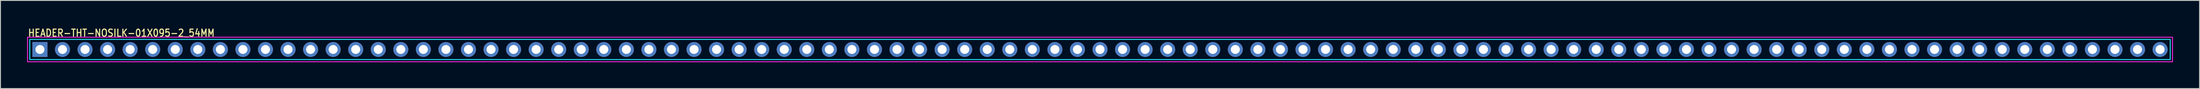
<source format=kicad_pcb>
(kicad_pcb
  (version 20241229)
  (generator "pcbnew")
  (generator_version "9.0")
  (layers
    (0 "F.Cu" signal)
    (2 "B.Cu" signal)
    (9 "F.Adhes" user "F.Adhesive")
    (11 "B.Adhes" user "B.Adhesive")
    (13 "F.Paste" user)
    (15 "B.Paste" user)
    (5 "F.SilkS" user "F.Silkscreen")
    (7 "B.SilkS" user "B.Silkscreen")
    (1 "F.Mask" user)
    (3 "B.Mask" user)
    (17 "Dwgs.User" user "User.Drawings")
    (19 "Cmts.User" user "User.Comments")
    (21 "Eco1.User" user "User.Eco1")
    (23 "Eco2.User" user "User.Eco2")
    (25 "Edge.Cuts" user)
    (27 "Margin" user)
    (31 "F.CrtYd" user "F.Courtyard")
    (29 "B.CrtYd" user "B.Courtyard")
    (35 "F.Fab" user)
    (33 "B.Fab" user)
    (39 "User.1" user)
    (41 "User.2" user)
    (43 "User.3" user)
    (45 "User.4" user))
  (footprint "HEADER-THT-NOSILK-01X095-2_54MM"
    (layer "F.Cu")
    (at 1.447 2.579)
    (property "Reference" "HEADER-THT-NOSILK-01X095-2_54MM" (at -1.4 -1.4 0) (unlocked yes) (layer "F.SilkS") (effects (font (size 0.813 0.695) (thickness 0.122)) (justify left bottom)))
    (fp_poly (pts (xy -1.143 -1.143) (xy 239.903 -1.143) (xy 239.903 1.143) (xy -1.143 1.143)) (stroke (width 0.1) (type solid)) (fill no) (layer "B.CrtYd"))
    (fp_poly (pts (xy -1.397 -1.397) (xy 240.157 -1.397) (xy 240.157 1.397) (xy -1.397 1.397)) (stroke (width 0.1) (type solid)) (fill no) (layer "F.CrtYd"))
    (pad "1" thru_hole rect (at 0 0) (size 1.693 1.693) (drill 1.016) (layers "*.Cu" "*.Mask"))
    (pad "2" thru_hole oval (at 2.54 0) (size 1.693 1.693) (drill 1.016) (layers "*.Cu" "*.Mask"))
    (pad "3" thru_hole oval (at 5.08 0) (size 1.693 1.693) (drill 1.016) (layers "*.Cu" "*.Mask"))
    (pad "4" thru_hole oval (at 7.62 0) (size 1.693 1.693) (drill 1.016) (layers "*.Cu" "*.Mask"))
    (pad "5" thru_hole oval (at 10.16 0) (size 1.693 1.693) (drill 1.016) (layers "*.Cu" "*.Mask"))
    (pad "6" thru_hole oval (at 12.7 0) (size 1.693 1.693) (drill 1.016) (layers "*.Cu" "*.Mask"))
    (pad "7" thru_hole oval (at 15.24 0) (size 1.693 1.693) (drill 1.016) (layers "*.Cu" "*.Mask"))
    (pad "8" thru_hole oval (at 17.78 0) (size 1.693 1.693) (drill 1.016) (layers "*.Cu" "*.Mask"))
    (pad "9" thru_hole oval (at 20.32 0) (size 1.693 1.693) (drill 1.016) (layers "*.Cu" "*.Mask"))
    (pad "10" thru_hole oval (at 22.86 0) (size 1.693 1.693) (drill 1.016) (layers "*.Cu" "*.Mask"))
    (pad "11" thru_hole oval (at 25.4 0) (size 1.693 1.693) (drill 1.016) (layers "*.Cu" "*.Mask"))
    (pad "12" thru_hole oval (at 27.94 0) (size 1.693 1.693) (drill 1.016) (layers "*.Cu" "*.Mask"))
    (pad "13" thru_hole oval (at 30.48 0) (size 1.693 1.693) (drill 1.016) (layers "*.Cu" "*.Mask"))
    (pad "14" thru_hole oval (at 33.02 0) (size 1.693 1.693) (drill 1.016) (layers "*.Cu" "*.Mask"))
    (pad "15" thru_hole oval (at 35.56 0) (size 1.693 1.693) (drill 1.016) (layers "*.Cu" "*.Mask"))
    (pad "16" thru_hole oval (at 38.1 0) (size 1.693 1.693) (drill 1.016) (layers "*.Cu" "*.Mask"))
    (pad "17" thru_hole oval (at 40.64 0) (size 1.693 1.693) (drill 1.016) (layers "*.Cu" "*.Mask"))
    (pad "18" thru_hole oval (at 43.18 0) (size 1.693 1.693) (drill 1.016) (layers "*.Cu" "*.Mask"))
    (pad "19" thru_hole oval (at 45.72 0) (size 1.693 1.693) (drill 1.016) (layers "*.Cu" "*.Mask"))
    (pad "20" thru_hole oval (at 48.26 0) (size 1.693 1.693) (drill 1.016) (layers "*.Cu" "*.Mask"))
    (pad "21" thru_hole oval (at 50.8 0) (size 1.693 1.693) (drill 1.016) (layers "*.Cu" "*.Mask"))
    (pad "22" thru_hole oval (at 53.34 0) (size 1.693 1.693) (drill 1.016) (layers "*.Cu" "*.Mask"))
    (pad "23" thru_hole oval (at 55.88 0) (size 1.693 1.693) (drill 1.016) (layers "*.Cu" "*.Mask"))
    (pad "24" thru_hole oval (at 58.42 0) (size 1.693 1.693) (drill 1.016) (layers "*.Cu" "*.Mask"))
    (pad "25" thru_hole oval (at 60.96 0) (size 1.693 1.693) (drill 1.016) (layers "*.Cu" "*.Mask"))
    (pad "26" thru_hole oval (at 63.5 0) (size 1.693 1.693) (drill 1.016) (layers "*.Cu" "*.Mask"))
    (pad "27" thru_hole oval (at 66.04 0) (size 1.693 1.693) (drill 1.016) (layers "*.Cu" "*.Mask"))
    (pad "28" thru_hole oval (at 68.58 0) (size 1.693 1.693) (drill 1.016) (layers "*.Cu" "*.Mask"))
    (pad "29" thru_hole oval (at 71.12 0) (size 1.693 1.693) (drill 1.016) (layers "*.Cu" "*.Mask"))
    (pad "30" thru_hole oval (at 73.66 0) (size 1.693 1.693) (drill 1.016) (layers "*.Cu" "*.Mask"))
    (pad "31" thru_hole oval (at 76.2 0) (size 1.693 1.693) (drill 1.016) (layers "*.Cu" "*.Mask"))
    (pad "32" thru_hole oval (at 78.74 0) (size 1.693 1.693) (drill 1.016) (layers "*.Cu" "*.Mask"))
    (pad "33" thru_hole oval (at 81.28 0) (size 1.693 1.693) (drill 1.016) (layers "*.Cu" "*.Mask"))
    (pad "34" thru_hole oval (at 83.82 0) (size 1.693 1.693) (drill 1.016) (layers "*.Cu" "*.Mask"))
    (pad "35" thru_hole oval (at 86.36 0) (size 1.693 1.693) (drill 1.016) (layers "*.Cu" "*.Mask"))
    (pad "36" thru_hole oval (at 88.9 0) (size 1.693 1.693) (drill 1.016) (layers "*.Cu" "*.Mask"))
    (pad "37" thru_hole oval (at 91.44 0) (size 1.693 1.693) (drill 1.016) (layers "*.Cu" "*.Mask"))
    (pad "38" thru_hole oval (at 93.98 0) (size 1.693 1.693) (drill 1.016) (layers "*.Cu" "*.Mask"))
    (pad "39" thru_hole oval (at 96.52 0) (size 1.693 1.693) (drill 1.016) (layers "*.Cu" "*.Mask"))
    (pad "40" thru_hole oval (at 99.06 0) (size 1.693 1.693) (drill 1.016) (layers "*.Cu" "*.Mask"))
    (pad "41" thru_hole oval (at 101.6 0) (size 1.693 1.693) (drill 1.016) (layers "*.Cu" "*.Mask"))
    (pad "42" thru_hole oval (at 104.14 0) (size 1.693 1.693) (drill 1.016) (layers "*.Cu" "*.Mask"))
    (pad "43" thru_hole oval (at 106.68 0) (size 1.693 1.693) (drill 1.016) (layers "*.Cu" "*.Mask"))
    (pad "44" thru_hole oval (at 109.22 0) (size 1.693 1.693) (drill 1.016) (layers "*.Cu" "*.Mask"))
    (pad "45" thru_hole oval (at 111.76 0) (size 1.693 1.693) (drill 1.016) (layers "*.Cu" "*.Mask"))
    (pad "46" thru_hole oval (at 114.3 0) (size 1.693 1.693) (drill 1.016) (layers "*.Cu" "*.Mask"))
    (pad "47" thru_hole oval (at 116.84 0) (size 1.693 1.693) (drill 1.016) (layers "*.Cu" "*.Mask"))
    (pad "48" thru_hole oval (at 119.38 0) (size 1.693 1.693) (drill 1.016) (layers "*.Cu" "*.Mask"))
    (pad "49" thru_hole oval (at 121.92 0) (size 1.693 1.693) (drill 1.016) (layers "*.Cu" "*.Mask"))
    (pad "50" thru_hole oval (at 124.46 0) (size 1.693 1.693) (drill 1.016) (layers "*.Cu" "*.Mask"))
    (pad "51" thru_hole oval (at 127 0) (size 1.693 1.693) (drill 1.016) (layers "*.Cu" "*.Mask"))
    (pad "52" thru_hole oval (at 129.54 0) (size 1.693 1.693) (drill 1.016) (layers "*.Cu" "*.Mask"))
    (pad "53" thru_hole oval (at 132.08 0) (size 1.693 1.693) (drill 1.016) (layers "*.Cu" "*.Mask"))
    (pad "54" thru_hole oval (at 134.62 0) (size 1.693 1.693) (drill 1.016) (layers "*.Cu" "*.Mask"))
    (pad "55" thru_hole oval (at 137.16 0) (size 1.693 1.693) (drill 1.016) (layers "*.Cu" "*.Mask"))
    (pad "56" thru_hole oval (at 139.7 0) (size 1.693 1.693) (drill 1.016) (layers "*.Cu" "*.Mask"))
    (pad "57" thru_hole oval (at 142.24 0) (size 1.693 1.693) (drill 1.016) (layers "*.Cu" "*.Mask"))
    (pad "58" thru_hole oval (at 144.78 0) (size 1.693 1.693) (drill 1.016) (layers "*.Cu" "*.Mask"))
    (pad "59" thru_hole oval (at 147.32 0) (size 1.693 1.693) (drill 1.016) (layers "*.Cu" "*.Mask"))
    (pad "60" thru_hole oval (at 149.86 0) (size 1.693 1.693) (drill 1.016) (layers "*.Cu" "*.Mask"))
    (pad "61" thru_hole oval (at 152.4 0) (size 1.693 1.693) (drill 1.016) (layers "*.Cu" "*.Mask"))
    (pad "62" thru_hole oval (at 154.94 0) (size 1.693 1.693) (drill 1.016) (layers "*.Cu" "*.Mask"))
    (pad "63" thru_hole oval (at 157.48 0) (size 1.693 1.693) (drill 1.016) (layers "*.Cu" "*.Mask"))
    (pad "64" thru_hole oval (at 160.02 0) (size 1.693 1.693) (drill 1.016) (layers "*.Cu" "*.Mask"))
    (pad "65" thru_hole oval (at 162.56 0) (size 1.693 1.693) (drill 1.016) (layers "*.Cu" "*.Mask"))
    (pad "66" thru_hole oval (at 165.1 0) (size 1.693 1.693) (drill 1.016) (layers "*.Cu" "*.Mask"))
    (pad "67" thru_hole oval (at 167.64 0) (size 1.693 1.693) (drill 1.016) (layers "*.Cu" "*.Mask"))
    (pad "68" thru_hole oval (at 170.18 0) (size 1.693 1.693) (drill 1.016) (layers "*.Cu" "*.Mask"))
    (pad "69" thru_hole oval (at 172.72 0) (size 1.693 1.693) (drill 1.016) (layers "*.Cu" "*.Mask"))
    (pad "70" thru_hole oval (at 175.26 0) (size 1.693 1.693) (drill 1.016) (layers "*.Cu" "*.Mask"))
    (pad "71" thru_hole oval (at 177.8 0) (size 1.693 1.693) (drill 1.016) (layers "*.Cu" "*.Mask"))
    (pad "72" thru_hole oval (at 180.34 0) (size 1.693 1.693) (drill 1.016) (layers "*.Cu" "*.Mask"))
    (pad "73" thru_hole oval (at 182.88 0) (size 1.693 1.693) (drill 1.016) (layers "*.Cu" "*.Mask"))
    (pad "74" thru_hole oval (at 185.42 0) (size 1.693 1.693) (drill 1.016) (layers "*.Cu" "*.Mask"))
    (pad "75" thru_hole oval (at 187.96 0) (size 1.693 1.693) (drill 1.016) (layers "*.Cu" "*.Mask"))
    (pad "76" thru_hole oval (at 190.5 0) (size 1.693 1.693) (drill 1.016) (layers "*.Cu" "*.Mask"))
    (pad "77" thru_hole oval (at 193.04 0) (size 1.693 1.693) (drill 1.016) (layers "*.Cu" "*.Mask"))
    (pad "78" thru_hole oval (at 195.58 0) (size 1.693 1.693) (drill 1.016) (layers "*.Cu" "*.Mask"))
    (pad "79" thru_hole oval (at 198.12 0) (size 1.693 1.693) (drill 1.016) (layers "*.Cu" "*.Mask"))
    (pad "80" thru_hole oval (at 200.66 0) (size 1.693 1.693) (drill 1.016) (layers "*.Cu" "*.Mask"))
    (pad "81" thru_hole oval (at 203.2 0) (size 1.693 1.693) (drill 1.016) (layers "*.Cu" "*.Mask"))
    (pad "82" thru_hole oval (at 205.74 0) (size 1.693 1.693) (drill 1.016) (layers "*.Cu" "*.Mask"))
    (pad "83" thru_hole oval (at 208.28 0) (size 1.693 1.693) (drill 1.016) (layers "*.Cu" "*.Mask"))
    (pad "84" thru_hole oval (at 210.82 0) (size 1.693 1.693) (drill 1.016) (layers "*.Cu" "*.Mask"))
    (pad "85" thru_hole oval (at 213.36 0) (size 1.693 1.693) (drill 1.016) (layers "*.Cu" "*.Mask"))
    (pad "86" thru_hole oval (at 215.9 0) (size 1.693 1.693) (drill 1.016) (layers "*.Cu" "*.Mask"))
    (pad "87" thru_hole oval (at 218.44 0) (size 1.693 1.693) (drill 1.016) (layers "*.Cu" "*.Mask"))
    (pad "88" thru_hole oval (at 220.98 0) (size 1.693 1.693) (drill 1.016) (layers "*.Cu" "*.Mask"))
    (pad "89" thru_hole oval (at 223.52 0) (size 1.693 1.693) (drill 1.016) (layers "*.Cu" "*.Mask"))
    (pad "90" thru_hole oval (at 226.06 0) (size 1.693 1.693) (drill 1.016) (layers "*.Cu" "*.Mask"))
    (pad "91" thru_hole oval (at 228.6 0) (size 1.693 1.693) (drill 1.016) (layers "*.Cu" "*.Mask"))
    (pad "92" thru_hole oval (at 231.14 0) (size 1.693 1.693) (drill 1.016) (layers "*.Cu" "*.Mask"))
    (pad "93" thru_hole oval (at 233.68 0) (size 1.693 1.693) (drill 1.016) (layers "*.Cu" "*.Mask"))
    (pad "94" thru_hole oval (at 236.22 0) (size 1.693 1.693) (drill 1.016) (layers "*.Cu" "*.Mask"))
    (pad "95" thru_hole oval (at 238.76 0) (size 1.693 1.693) (drill 1.016) (layers "*.Cu" "*.Mask")))
  (gr_rect
    (start -3 -3)
    (end 244.654 7.026)
    (stroke (width 0.1) (type default))
    (fill no)
    (layer "Edge.Cuts")))
</source>
